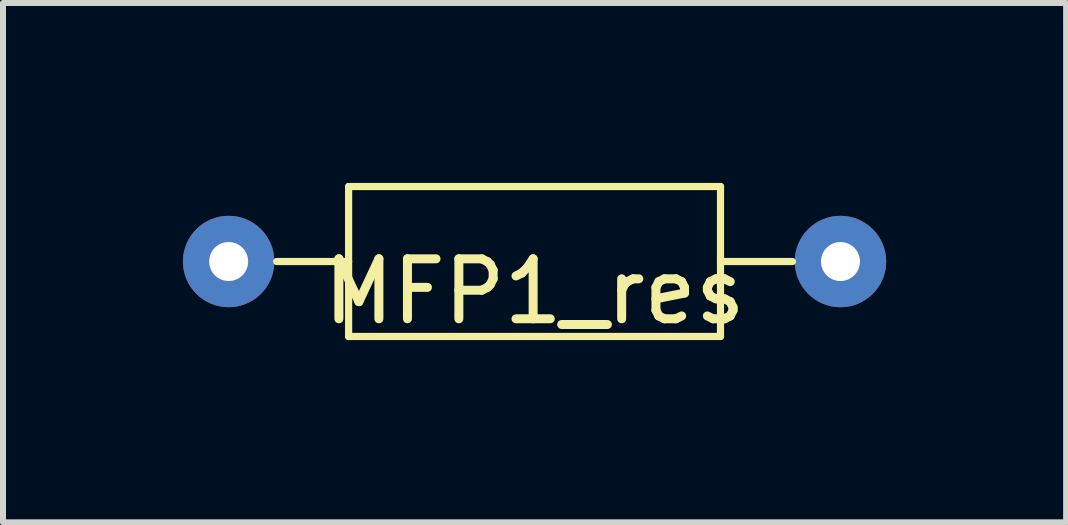
<source format=kicad_pcb>
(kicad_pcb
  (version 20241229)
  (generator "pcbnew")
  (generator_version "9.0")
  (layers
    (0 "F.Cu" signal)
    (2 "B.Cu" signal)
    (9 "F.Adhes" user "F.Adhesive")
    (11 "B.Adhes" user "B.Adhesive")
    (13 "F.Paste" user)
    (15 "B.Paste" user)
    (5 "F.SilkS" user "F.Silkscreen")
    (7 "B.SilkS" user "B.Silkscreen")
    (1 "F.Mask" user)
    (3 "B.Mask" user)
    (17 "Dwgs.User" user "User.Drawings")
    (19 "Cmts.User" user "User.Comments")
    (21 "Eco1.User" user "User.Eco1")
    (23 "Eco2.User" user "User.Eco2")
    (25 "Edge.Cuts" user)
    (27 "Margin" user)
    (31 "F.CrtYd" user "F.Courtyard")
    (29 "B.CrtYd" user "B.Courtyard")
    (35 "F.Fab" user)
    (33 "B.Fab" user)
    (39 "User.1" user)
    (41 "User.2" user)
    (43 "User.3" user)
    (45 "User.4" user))
  (footprint "MFP1_res"
    (layer "F.Cu")
    (at 5.862 1.31)
    (property "Reference" "MFP1_res" (at 0 0.5 0) (layer "F.SilkS") (effects (font (size 1 1) (thickness 0.15))))
    (attr through_hole)
    (fp_line (start -3.1 -1.25) (end 3.1 -1.25) (stroke (width 0.12) (type solid)) (layer "F.SilkS"))
    (fp_line (start -3.1 0) (end -4.3 0) (stroke (width 0.12) (type solid)) (layer "F.SilkS"))
    (fp_line (start -3.1 1.25) (end -3.1 -1.25) (stroke (width 0.12) (type solid)) (layer "F.SilkS"))
    (fp_line (start 3.1 -1.25) (end 3.1 1.25) (stroke (width 0.12) (type solid)) (layer "F.SilkS"))
    (fp_line (start 3.1 0) (end 4.3 0) (stroke (width 0.12) (type solid)) (layer "F.SilkS"))
    (fp_line (start 3.1 1.25) (end -3.1 1.25) (stroke (width 0.12) (type solid)) (layer "F.SilkS"))
    (pad "1" thru_hole circle (at -5.1 0) (size 1.524 1.524) (drill 0.65) (layers "*.Cu" "*.Mask"))
    (pad "2" thru_hole circle (at 5.1 0) (size 1.524 1.524) (drill 0.65) (layers "*.Cu" "*.Mask")))
  (gr_rect
    (start -3 -3)
    (end 14.724 5.658)
    (stroke (width 0.1) (type default))
    (fill no)
    (layer "Edge.Cuts")))
</source>
